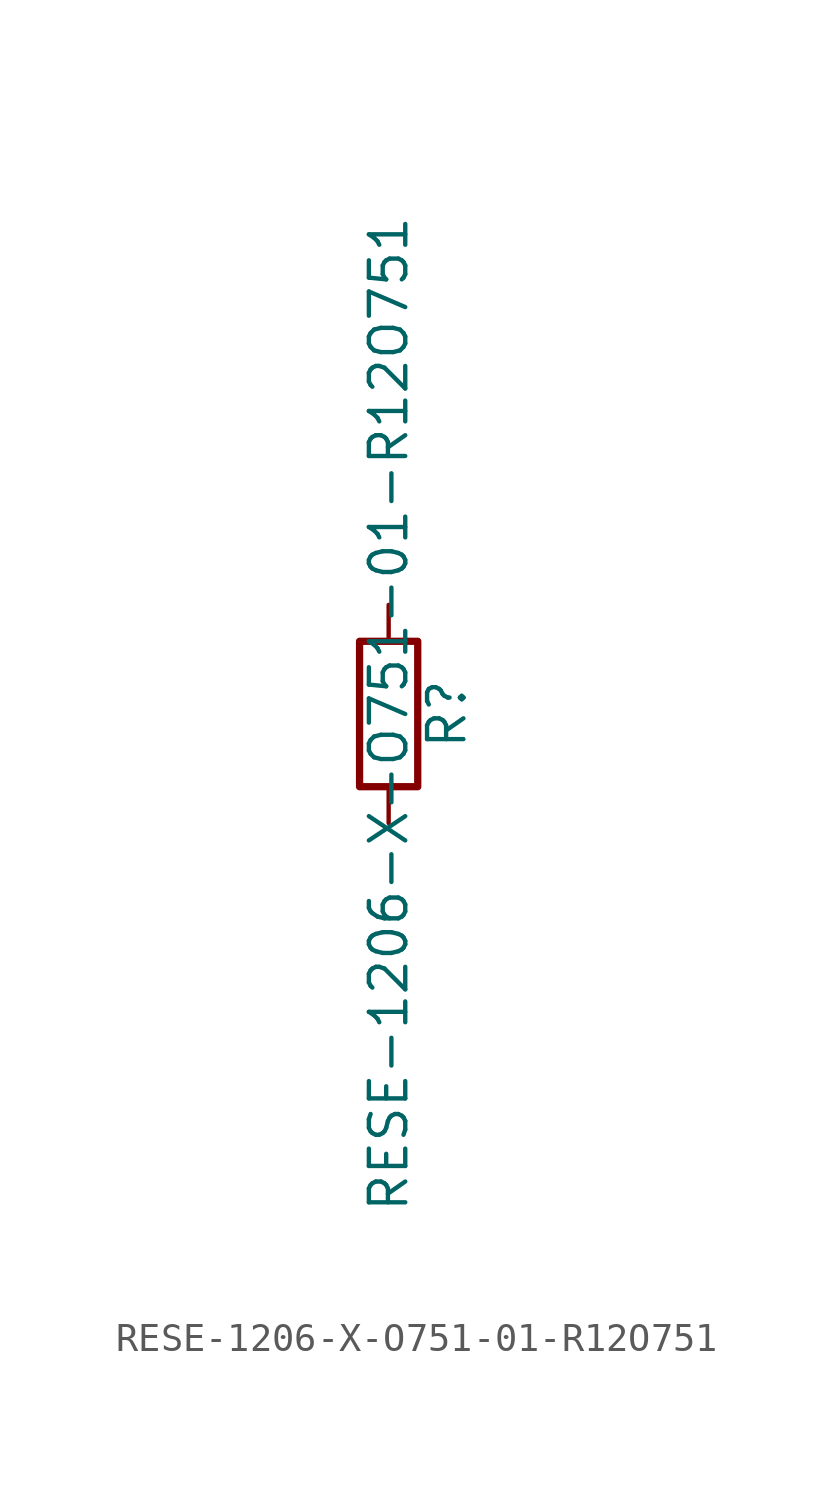
<source format=kicad_sym>
(kicad_symbol_lib
  (version 20211014)
  (generator kicad_symbol_editor)
  (symbol "RESE-1206-X-O751-01-R12O751"
    (pin_numbers hide)
    (pin_names
      (offset 0))
    (property "Reference" "R"
      (at 2.032 0 90)
      (effects (font (size 1.27 1.27))))
    (property "Value" "RESE-1206-X-O751-01-R12O751"
      (at 0 0 90)
      (effects (font (size 1.27 1.27))))
    (symbol "RESE-1206-X-O751-01-R12O751_0_1"
      (rectangle (start -1.016 -2.54) (end 1.016 2.54) (stroke (width 0.254) (type default) (color 0 0 0 0)) (fill (type none))))
    (symbol "RESE-1206-X-O751-01-R12O751_1_1"
      (pin passive line (at 0 3.81 270) (length 1.27) (name "~" (effects (font (size 1.27 1.27)))) (number "1" (effects (font (size 1.27 1.27)))))
      (pin passive line (at 0 -3.81 90) (length 1.27) (name "~" (effects (font (size 1.27 1.27)))) (number "2" (effects (font (size 1.27 1.27))))))))
</source>
